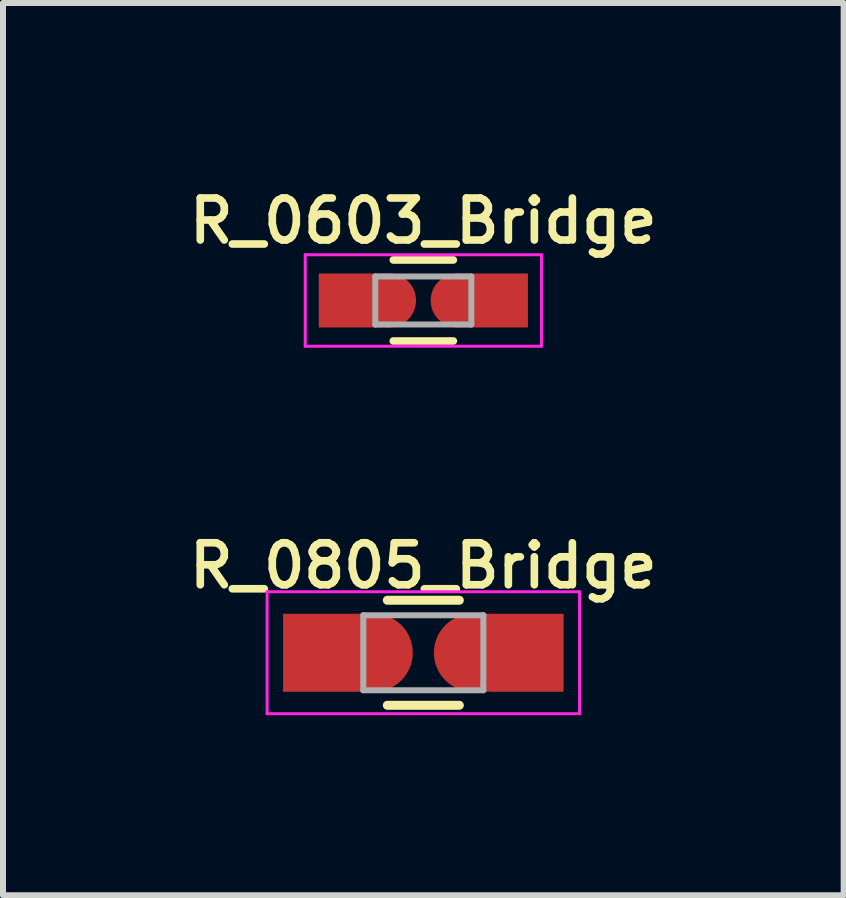
<source format=kicad_pcb>
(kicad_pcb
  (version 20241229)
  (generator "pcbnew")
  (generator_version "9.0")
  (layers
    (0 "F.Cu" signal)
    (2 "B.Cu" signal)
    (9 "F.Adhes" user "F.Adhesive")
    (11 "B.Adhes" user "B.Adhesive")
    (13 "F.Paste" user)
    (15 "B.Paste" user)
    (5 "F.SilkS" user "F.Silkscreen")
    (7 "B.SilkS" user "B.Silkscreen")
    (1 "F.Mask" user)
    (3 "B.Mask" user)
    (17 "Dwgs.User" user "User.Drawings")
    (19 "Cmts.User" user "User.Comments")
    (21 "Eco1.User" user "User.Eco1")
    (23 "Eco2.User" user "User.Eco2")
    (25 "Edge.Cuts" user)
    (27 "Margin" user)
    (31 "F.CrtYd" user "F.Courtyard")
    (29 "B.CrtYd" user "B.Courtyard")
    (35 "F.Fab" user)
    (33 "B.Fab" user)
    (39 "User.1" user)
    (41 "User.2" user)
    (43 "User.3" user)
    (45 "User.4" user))
  (footprint "R_0805_Bridge"
    (layer "F.Cu")
    (at 4.004 7.827)
    (property "Reference" "R_0805_Bridge" (at 0 -1.45 0) (layer "F.SilkS") (effects (font (size 0.7 0.7) (thickness 0.127))))
    (attr smd)
    (fp_line (start -0.6 -0.875) (end 0.6 -0.875) (stroke (width 0.15) (type solid)) (layer "F.SilkS"))
    (fp_line (start 0.6 0.875) (end -0.6 0.875) (stroke (width 0.15) (type solid)) (layer "F.SilkS"))
    (fp_line (start -2.603 -1.016) (end -2.603 1.016) (stroke (width 0.05) (type solid)) (layer "F.CrtYd"))
    (fp_line (start -2.603 -1.016) (end 2.603 -1.016) (stroke (width 0.05) (type solid)) (layer "F.CrtYd"))
    (fp_line (start -2.603 1.016) (end 2.603 1.016) (stroke (width 0.05) (type solid)) (layer "F.CrtYd"))
    (fp_line (start 2.603 -1.016) (end 2.603 1.016) (stroke (width 0.05) (type solid)) (layer "F.CrtYd"))
    (fp_line (start -1 -0.625) (end 1 -0.625) (stroke (width 0.1) (type solid)) (layer "F.Fab"))
    (fp_line (start -1 0.625) (end -1 -0.625) (stroke (width 0.1) (type solid)) (layer "F.Fab"))
    (fp_line (start 1 -0.625) (end 1 0.625) (stroke (width 0.1) (type solid)) (layer "F.Fab"))
    (fp_line (start 1 0.625) (end -1 0.625) (stroke (width 0.1) (type solid)) (layer "F.Fab"))
    (pad "1" smd rect (at -1.587 0) (size 1.5 1.3) (layers "F.Cu" "F.Mask" "F.Paste"))
    (pad "1" smd circle (at -0.826 0) (size 1.3 1.3) (layers "F.Cu" "F.Mask" "F.Paste"))
    (pad "2" smd circle (at 0.826 0) (size 1.3 1.3) (layers "F.Cu" "F.Mask" "F.Paste"))
    (pad "2" smd rect (at 1.587 0) (size 1.5 1.3) (layers "F.Cu" "F.Mask" "F.Paste")))
  (footprint "R_0603_Bridge"
    (layer "F.Cu")
    (at 4.004 1.957)
    (property "Reference" "R_0603_Bridge" (at 0 -1.325 0) (layer "F.SilkS") (effects (font (size 0.7 0.7) (thickness 0.127))))
    (attr smd)
    (fp_line (start -0.5 -0.675) (end 0.5 -0.675) (stroke (width 0.127) (type solid)) (layer "F.SilkS"))
    (fp_line (start 0.5 0.675) (end -0.5 0.675) (stroke (width 0.127) (type solid)) (layer "F.SilkS"))
    (fp_line (start -1.968 -0.762) (end -1.968 0.762) (stroke (width 0.05) (type solid)) (layer "F.CrtYd"))
    (fp_line (start -1.968 -0.762) (end 1.968 -0.762) (stroke (width 0.05) (type solid)) (layer "F.CrtYd"))
    (fp_line (start -1.968 0.762) (end 1.968 0.762) (stroke (width 0.05) (type solid)) (layer "F.CrtYd"))
    (fp_line (start 1.968 -0.762) (end 1.968 0.762) (stroke (width 0.05) (type solid)) (layer "F.CrtYd"))
    (fp_line (start -0.8 -0.4) (end 0.8 -0.4) (stroke (width 0.1) (type solid)) (layer "F.Fab"))
    (fp_line (start -0.8 0.4) (end -0.8 -0.4) (stroke (width 0.1) (type solid)) (layer "F.Fab"))
    (fp_line (start 0.8 -0.4) (end 0.8 0.4) (stroke (width 0.1) (type solid)) (layer "F.Fab"))
    (fp_line (start 0.8 0.4) (end -0.8 0.4) (stroke (width 0.1) (type solid)) (layer "F.Fab"))
    (pad "1" smd rect (at -1.143 0) (size 1.2 0.9) (layers "F.Cu" "F.Mask" "F.Paste"))
    (pad "1" smd circle (at -0.572 0) (size 0.9 0.9) (layers "F.Cu" "F.Mask" "F.Paste"))
    (pad "2" smd circle (at 0.572 0) (size 0.9 0.9) (layers "F.Cu" "F.Mask" "F.Paste"))
    (pad "2" smd rect (at 1.143 0) (size 1.2 0.9) (layers "F.Cu" "F.Mask" "F.Paste")))
  (gr_rect
    (start -3 -3)
    (end 11.008 11.868)
    (stroke (width 0.1) (type default))
    (fill no)
    (layer "Edge.Cuts")))
</source>
